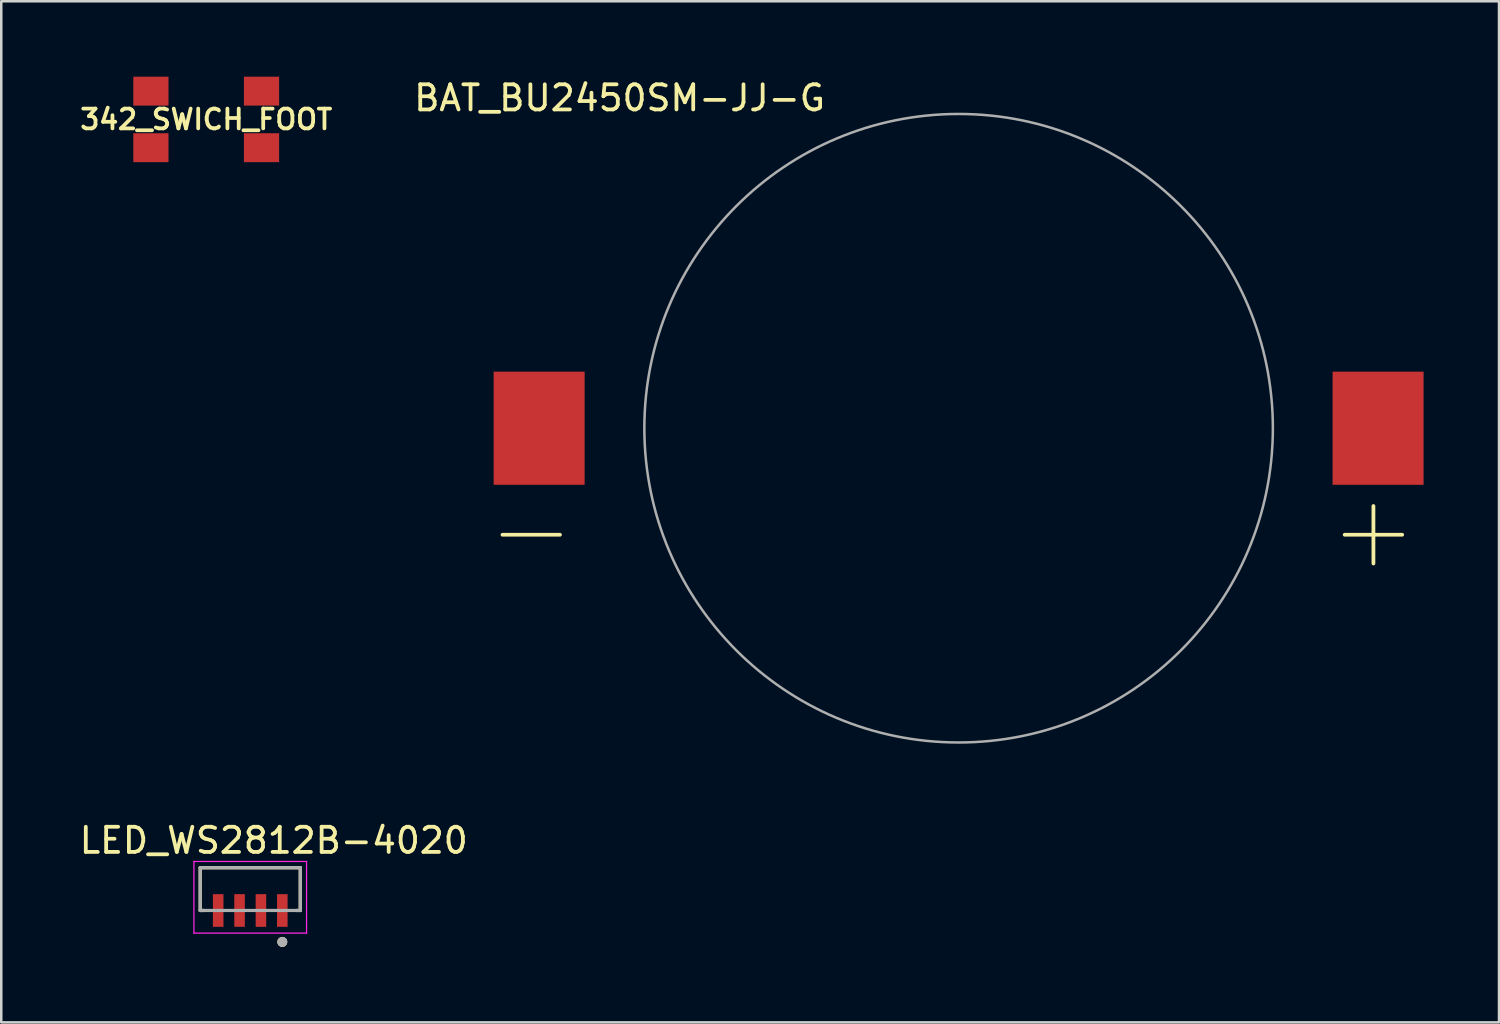
<source format=kicad_pcb>
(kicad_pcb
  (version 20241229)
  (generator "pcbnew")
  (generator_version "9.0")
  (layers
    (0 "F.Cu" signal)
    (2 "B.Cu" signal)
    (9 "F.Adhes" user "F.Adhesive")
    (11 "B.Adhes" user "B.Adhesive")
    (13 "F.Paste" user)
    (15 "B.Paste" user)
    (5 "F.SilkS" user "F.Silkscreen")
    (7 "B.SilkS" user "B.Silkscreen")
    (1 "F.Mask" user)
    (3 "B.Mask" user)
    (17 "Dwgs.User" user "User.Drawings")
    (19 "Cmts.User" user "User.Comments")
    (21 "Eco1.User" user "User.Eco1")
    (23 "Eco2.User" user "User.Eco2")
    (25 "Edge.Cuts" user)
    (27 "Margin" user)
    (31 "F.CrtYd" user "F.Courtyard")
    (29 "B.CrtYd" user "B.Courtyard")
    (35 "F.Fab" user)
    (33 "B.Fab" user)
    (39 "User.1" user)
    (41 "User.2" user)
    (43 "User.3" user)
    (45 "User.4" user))
  (footprint "342_SWICH_FOOT"
    (layer "F.Cu")
    (at 5.152 1.7)
    (property "Reference" "342_SWICH_FOOT" (at 0 0 0) (layer "F.SilkS") (effects (font (size 0.787 0.787) (thickness 0.15))))
    (attr smd)
    (pad "P$1" smd rect (at -2.2 1.125) (size 1.4 1.15) (layers "F.Cu" "F.Mask" "F.Paste"))
    (pad "P$2" smd rect (at -2.2 -1.125) (size 1.4 1.15) (layers "F.Cu" "F.Mask" "F.Paste"))
    (pad "P$3" smd rect (at 2.2 -1.125) (size 1.4 1.15) (layers "F.Cu" "F.Mask" "F.Paste"))
    (pad "P$4" smd rect (at 2.2 1.125) (size 1.4 1.15) (layers "F.Cu" "F.Mask" "F.Paste")))
  (footprint "LED_WS2812B-4020"
    (layer "F.Cu")
    (at 6.904 32.316)
    (property "Reference" "LED_WS2812B-4020" (at 0.935 -1.935 0) (layer "F.SilkS") (effects (font (size 1 1) (thickness 0.15))))
    (attr smd)
    (fp_line (start -1.99 -0.85) (end 1.99 -0.85) (stroke (width 0.127) (type solid)) (layer "F.SilkS"))
    (fp_line (start -1.99 0.85) (end -1.99 -0.85) (stroke (width 0.127) (type solid)) (layer "F.SilkS"))
    (fp_line (start -1.835 0.85) (end -1.99 0.85) (stroke (width 0.127) (type solid)) (layer "F.SilkS"))
    (fp_line (start 1.99 -0.85) (end 1.99 0.85) (stroke (width 0.127) (type solid)) (layer "F.SilkS"))
    (fp_line (start 1.99 0.85) (end 1.835 0.85) (stroke (width 0.127) (type solid)) (layer "F.SilkS"))
    (fp_circle (center 1.275 2.1) (end 1.375 2.1) (stroke (width 0.2) (type solid)) (fill no) (layer "F.SilkS"))
    (fp_line (start -2.24 -1.1) (end -2.24 1.75) (stroke (width 0.05) (type solid)) (layer "F.CrtYd"))
    (fp_line (start -2.24 1.75) (end 2.24 1.75) (stroke (width 0.05) (type solid)) (layer "F.CrtYd"))
    (fp_line (start 2.24 -1.1) (end -2.24 -1.1) (stroke (width 0.05) (type solid)) (layer "F.CrtYd"))
    (fp_line (start 2.24 1.75) (end 2.24 -1.1) (stroke (width 0.05) (type solid)) (layer "F.CrtYd"))
    (fp_line (start -1.99 -0.85) (end 1.99 -0.85) (stroke (width 0.127) (type solid)) (layer "F.Fab"))
    (fp_line (start -1.99 0.85) (end -1.99 -0.85) (stroke (width 0.127) (type solid)) (layer "F.Fab"))
    (fp_line (start 1.99 -0.85) (end 1.99 0.85) (stroke (width 0.127) (type solid)) (layer "F.Fab"))
    (fp_line (start 1.99 0.85) (end -1.99 0.85) (stroke (width 0.127) (type solid)) (layer "F.Fab"))
    (fp_circle (center 1.275 2.1) (end 1.375 2.1) (stroke (width 0.2) (type solid)) (fill no) (layer "F.Fab"))
    (pad "1" smd rect (at 1.275 0.85) (size 0.42 1.3) (layers "F.Cu" "F.Mask" "F.Paste"))
    (pad "2" smd rect (at 0.425 0.85) (size 0.42 1.3) (layers "F.Cu" "F.Mask" "F.Paste"))
    (pad "3" smd rect (at -0.425 0.85) (size 0.42 1.3) (layers "F.Cu" "F.Mask" "F.Paste"))
    (pad "4" smd rect (at -1.275 0.85) (size 0.42 1.3) (layers "F.Cu" "F.Mask" "F.Paste")))
  (footprint "BAT_BU2450SM-JJ-G"
    (layer "F.Cu")
    (at 35.08 13.983)
    (property "Reference" "BAT_BU2450SM-JJ-G" (at -13.485 -13.135 0) (layer "F.SilkS") (effects (font (size 1 1) (thickness 0.15))))
    (attr smd)
    (fp_circle (center 0 0) (end 12.5 0) (stroke (width 0.1) (type solid)) (fill no) (layer "F.Fab"))
    (fp_text user "+" (at 16.5 4 0) (layer "F.SilkS") (effects (font (size 3 3) (thickness 0.15))))
    (fp_text user "-" (at -17 4 0) (layer "F.SilkS") (effects (font (size 3 3) (thickness 0.15))))
    (pad "N" smd rect (at -16.685 0) (size 3.62 4.5) (layers "F.Cu" "F.Mask" "F.Paste"))
    (pad "P" smd rect (at 16.685 0) (size 3.62 4.5) (layers "F.Cu" "F.Mask" "F.Paste")))
  (gr_rect
    (start -3 -3)
    (end 56.575 37.617)
    (stroke (width 0.1) (type default))
    (fill no)
    (layer "Edge.Cuts")))
</source>
